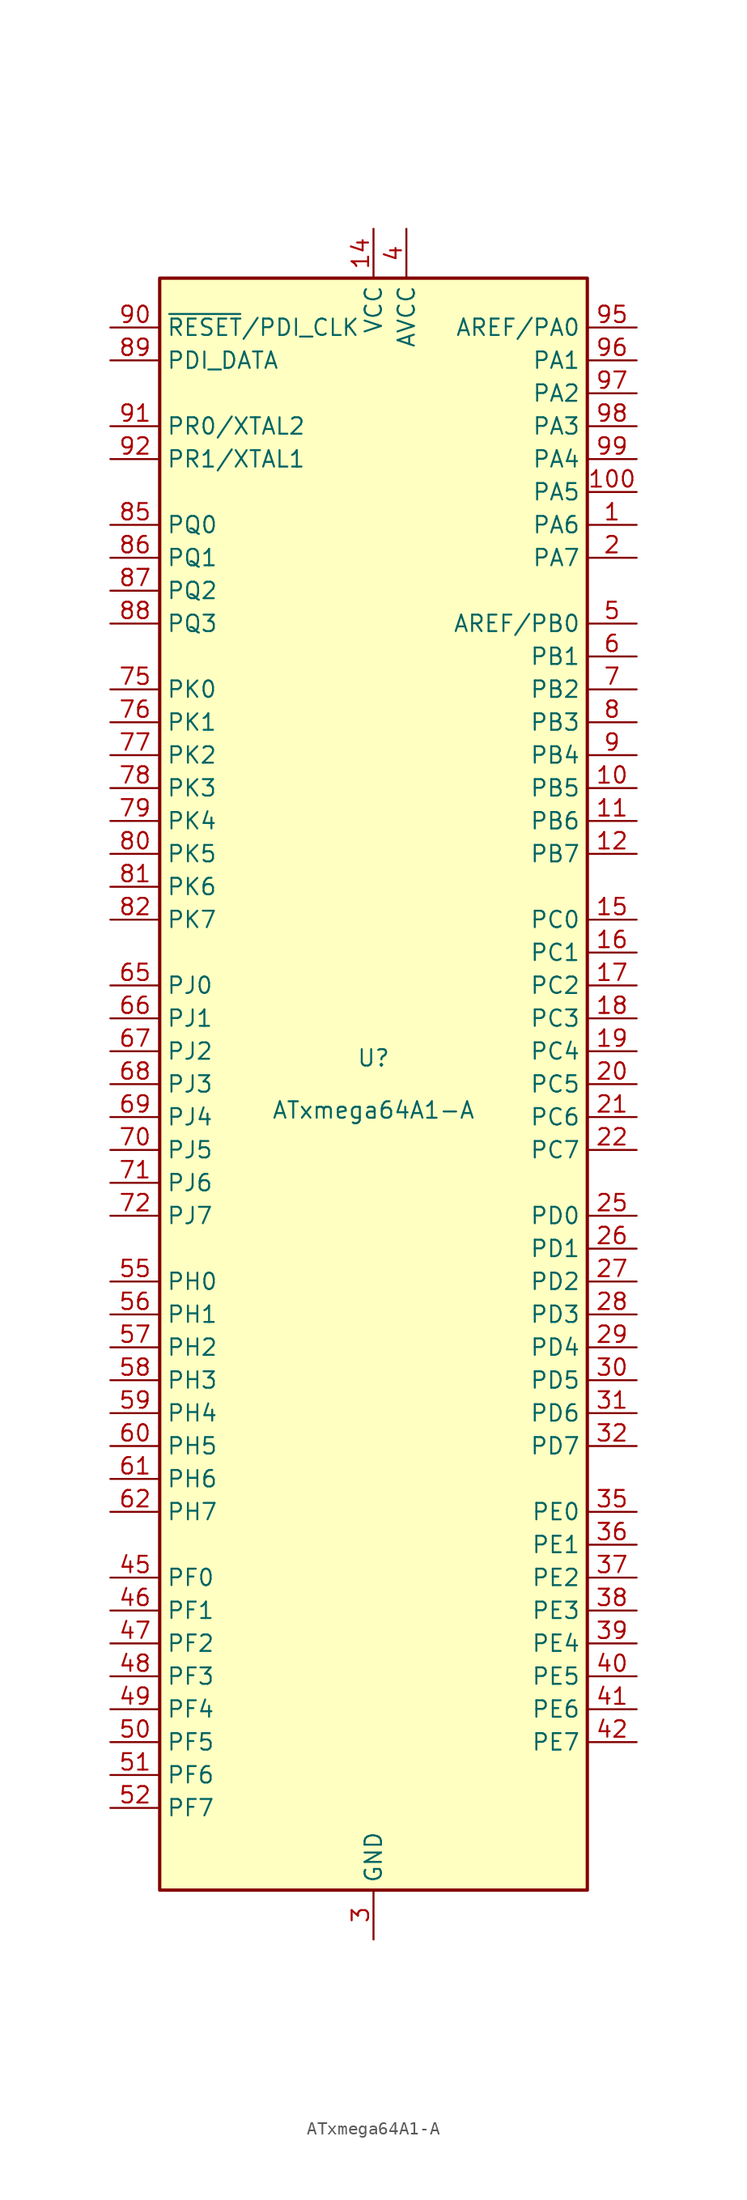
<source format=kicad_sym>
(kicad_symbol_lib
  (version 20211014)
  (generator kicad_symbol_editor)
  (symbol "ATxmega64A1-A"
    (property "Reference" "U"
      (at 0 1.27 0)
      (effects (font (size 1.27 1.27)) (justify bottom)))
    (property "Value" "ATxmega64A1-A"
      (at 0 -1.27 0)
      (effects (font (size 1.27 1.27)) (justify top)))
    (symbol "ATxmega64A1-A_0_1"
      (rectangle (start -16.51 -62.23) (end 16.51 62.23) (stroke (width 0.254) (type default) (color 0 0 0 0)) (fill (type background))))
    (symbol "ATxmega64A1-A_1_1"
      (pin bidirectional line (at 20.32 43.18 180) (length 3.81) (name "PA6" (effects (font (size 1.27 1.27)))) (number "1" (effects (font (size 1.27 1.27)))))
      (pin bidirectional line (at 20.32 22.86 180) (length 3.81) (name "PB5" (effects (font (size 1.27 1.27)))) (number "10" (effects (font (size 1.27 1.27)))))
      (pin bidirectional line (at 20.32 45.72 180) (length 3.81) (name "PA5" (effects (font (size 1.27 1.27)))) (number "100" (effects (font (size 1.27 1.27)))))
      (pin bidirectional line (at 20.32 20.32 180) (length 3.81) (name "PB6" (effects (font (size 1.27 1.27)))) (number "11" (effects (font (size 1.27 1.27)))))
      (pin bidirectional line (at 20.32 17.78 180) (length 3.81) (name "PB7" (effects (font (size 1.27 1.27)))) (number "12" (effects (font (size 1.27 1.27)))))
      (pin passive line (at 0 -66.04 90) (length 3.81) hide (name "GND" (effects (font (size 1.27 1.27)))) (number "13" (effects (font (size 1.27 1.27)))))
      (pin power_in line (at 0 66.04 270) (length 3.81) (name "VCC" (effects (font (size 1.27 1.27)))) (number "14" (effects (font (size 1.27 1.27)))))
      (pin bidirectional line (at 20.32 12.7 180) (length 3.81) (name "PC0" (effects (font (size 1.27 1.27)))) (number "15" (effects (font (size 1.27 1.27)))))
      (pin bidirectional line (at 20.32 10.16 180) (length 3.81) (name "PC1" (effects (font (size 1.27 1.27)))) (number "16" (effects (font (size 1.27 1.27)))))
      (pin bidirectional line (at 20.32 7.62 180) (length 3.81) (name "PC2" (effects (font (size 1.27 1.27)))) (number "17" (effects (font (size 1.27 1.27)))))
      (pin bidirectional line (at 20.32 5.08 180) (length 3.81) (name "PC3" (effects (font (size 1.27 1.27)))) (number "18" (effects (font (size 1.27 1.27)))))
      (pin bidirectional line (at 20.32 2.54 180) (length 3.81) (name "PC4" (effects (font (size 1.27 1.27)))) (number "19" (effects (font (size 1.27 1.27)))))
      (pin bidirectional line (at 20.32 40.64 180) (length 3.81) (name "PA7" (effects (font (size 1.27 1.27)))) (number "2" (effects (font (size 1.27 1.27)))))
      (pin bidirectional line (at 20.32 0 180) (length 3.81) (name "PC5" (effects (font (size 1.27 1.27)))) (number "20" (effects (font (size 1.27 1.27)))))
      (pin bidirectional line (at 20.32 -2.54 180) (length 3.81) (name "PC6" (effects (font (size 1.27 1.27)))) (number "21" (effects (font (size 1.27 1.27)))))
      (pin bidirectional line (at 20.32 -5.08 180) (length 3.81) (name "PC7" (effects (font (size 1.27 1.27)))) (number "22" (effects (font (size 1.27 1.27)))))
      (pin passive line (at 0 -66.04 90) (length 3.81) hide (name "GND" (effects (font (size 1.27 1.27)))) (number "23" (effects (font (size 1.27 1.27)))))
      (pin passive line (at 0 66.04 270) (length 3.81) hide (name "VCC" (effects (font (size 1.27 1.27)))) (number "24" (effects (font (size 1.27 1.27)))))
      (pin bidirectional line (at 20.32 -10.16 180) (length 3.81) (name "PD0" (effects (font (size 1.27 1.27)))) (number "25" (effects (font (size 1.27 1.27)))))
      (pin bidirectional line (at 20.32 -12.7 180) (length 3.81) (name "PD1" (effects (font (size 1.27 1.27)))) (number "26" (effects (font (size 1.27 1.27)))))
      (pin bidirectional line (at 20.32 -15.24 180) (length 3.81) (name "PD2" (effects (font (size 1.27 1.27)))) (number "27" (effects (font (size 1.27 1.27)))))
      (pin bidirectional line (at 20.32 -17.78 180) (length 3.81) (name "PD3" (effects (font (size 1.27 1.27)))) (number "28" (effects (font (size 1.27 1.27)))))
      (pin bidirectional line (at 20.32 -20.32 180) (length 3.81) (name "PD4" (effects (font (size 1.27 1.27)))) (number "29" (effects (font (size 1.27 1.27)))))
      (pin power_in line (at 0 -66.04 90) (length 3.81) (name "GND" (effects (font (size 1.27 1.27)))) (number "3" (effects (font (size 1.27 1.27)))))
      (pin bidirectional line (at 20.32 -22.86 180) (length 3.81) (name "PD5" (effects (font (size 1.27 1.27)))) (number "30" (effects (font (size 1.27 1.27)))))
      (pin bidirectional line (at 20.32 -25.4 180) (length 3.81) (name "PD6" (effects (font (size 1.27 1.27)))) (number "31" (effects (font (size 1.27 1.27)))))
      (pin bidirectional line (at 20.32 -27.94 180) (length 3.81) (name "PD7" (effects (font (size 1.27 1.27)))) (number "32" (effects (font (size 1.27 1.27)))))
      (pin passive line (at 0 -66.04 90) (length 3.81) hide (name "GND" (effects (font (size 1.27 1.27)))) (number "33" (effects (font (size 1.27 1.27)))))
      (pin passive line (at 0 66.04 270) (length 3.81) hide (name "VCC" (effects (font (size 1.27 1.27)))) (number "34" (effects (font (size 1.27 1.27)))))
      (pin bidirectional line (at 20.32 -33.02 180) (length 3.81) (name "PE0" (effects (font (size 1.27 1.27)))) (number "35" (effects (font (size 1.27 1.27)))))
      (pin bidirectional line (at 20.32 -35.56 180) (length 3.81) (name "PE1" (effects (font (size 1.27 1.27)))) (number "36" (effects (font (size 1.27 1.27)))))
      (pin bidirectional line (at 20.32 -38.1 180) (length 3.81) (name "PE2" (effects (font (size 1.27 1.27)))) (number "37" (effects (font (size 1.27 1.27)))))
      (pin bidirectional line (at 20.32 -40.64 180) (length 3.81) (name "PE3" (effects (font (size 1.27 1.27)))) (number "38" (effects (font (size 1.27 1.27)))))
      (pin bidirectional line (at 20.32 -43.18 180) (length 3.81) (name "PE4" (effects (font (size 1.27 1.27)))) (number "39" (effects (font (size 1.27 1.27)))))
      (pin power_in line (at 2.54 66.04 270) (length 3.81) (name "AVCC" (effects (font (size 1.27 1.27)))) (number "4" (effects (font (size 1.27 1.27)))))
      (pin bidirectional line (at 20.32 -45.72 180) (length 3.81) (name "PE5" (effects (font (size 1.27 1.27)))) (number "40" (effects (font (size 1.27 1.27)))))
      (pin bidirectional line (at 20.32 -48.26 180) (length 3.81) (name "PE6" (effects (font (size 1.27 1.27)))) (number "41" (effects (font (size 1.27 1.27)))))
      (pin bidirectional line (at 20.32 -50.8 180) (length 3.81) (name "PE7" (effects (font (size 1.27 1.27)))) (number "42" (effects (font (size 1.27 1.27)))))
      (pin passive line (at 0 -66.04 90) (length 3.81) hide (name "GND" (effects (font (size 1.27 1.27)))) (number "43" (effects (font (size 1.27 1.27)))))
      (pin passive line (at 0 66.04 270) (length 3.81) hide (name "VCC" (effects (font (size 1.27 1.27)))) (number "44" (effects (font (size 1.27 1.27)))))
      (pin bidirectional line (at -20.32 -38.1 0) (length 3.81) (name "PF0" (effects (font (size 1.27 1.27)))) (number "45" (effects (font (size 1.27 1.27)))))
      (pin bidirectional line (at -20.32 -40.64 0) (length 3.81) (name "PF1" (effects (font (size 1.27 1.27)))) (number "46" (effects (font (size 1.27 1.27)))))
      (pin bidirectional line (at -20.32 -43.18 0) (length 3.81) (name "PF2" (effects (font (size 1.27 1.27)))) (number "47" (effects (font (size 1.27 1.27)))))
      (pin bidirectional line (at -20.32 -45.72 0) (length 3.81) (name "PF3" (effects (font (size 1.27 1.27)))) (number "48" (effects (font (size 1.27 1.27)))))
      (pin bidirectional line (at -20.32 -48.26 0) (length 3.81) (name "PF4" (effects (font (size 1.27 1.27)))) (number "49" (effects (font (size 1.27 1.27)))))
      (pin bidirectional line (at 20.32 35.56 180) (length 3.81) (name "AREF/PB0" (effects (font (size 1.27 1.27)))) (number "5" (effects (font (size 1.27 1.27)))))
      (pin bidirectional line (at -20.32 -50.8 0) (length 3.81) (name "PF5" (effects (font (size 1.27 1.27)))) (number "50" (effects (font (size 1.27 1.27)))))
      (pin bidirectional line (at -20.32 -53.34 0) (length 3.81) (name "PF6" (effects (font (size 1.27 1.27)))) (number "51" (effects (font (size 1.27 1.27)))))
      (pin bidirectional line (at -20.32 -55.88 0) (length 3.81) (name "PF7" (effects (font (size 1.27 1.27)))) (number "52" (effects (font (size 1.27 1.27)))))
      (pin passive line (at 0 -66.04 90) (length 3.81) hide (name "GND" (effects (font (size 1.27 1.27)))) (number "53" (effects (font (size 1.27 1.27)))))
      (pin passive line (at 0 66.04 270) (length 3.81) hide (name "VCC" (effects (font (size 1.27 1.27)))) (number "54" (effects (font (size 1.27 1.27)))))
      (pin bidirectional line (at -20.32 -15.24 0) (length 3.81) (name "PH0" (effects (font (size 1.27 1.27)))) (number "55" (effects (font (size 1.27 1.27)))))
      (pin bidirectional line (at -20.32 -17.78 0) (length 3.81) (name "PH1" (effects (font (size 1.27 1.27)))) (number "56" (effects (font (size 1.27 1.27)))))
      (pin bidirectional line (at -20.32 -20.32 0) (length 3.81) (name "PH2" (effects (font (size 1.27 1.27)))) (number "57" (effects (font (size 1.27 1.27)))))
      (pin bidirectional line (at -20.32 -22.86 0) (length 3.81) (name "PH3" (effects (font (size 1.27 1.27)))) (number "58" (effects (font (size 1.27 1.27)))))
      (pin bidirectional line (at -20.32 -25.4 0) (length 3.81) (name "PH4" (effects (font (size 1.27 1.27)))) (number "59" (effects (font (size 1.27 1.27)))))
      (pin bidirectional line (at 20.32 33.02 180) (length 3.81) (name "PB1" (effects (font (size 1.27 1.27)))) (number "6" (effects (font (size 1.27 1.27)))))
      (pin bidirectional line (at -20.32 -27.94 0) (length 3.81) (name "PH5" (effects (font (size 1.27 1.27)))) (number "60" (effects (font (size 1.27 1.27)))))
      (pin bidirectional line (at -20.32 -30.48 0) (length 3.81) (name "PH6" (effects (font (size 1.27 1.27)))) (number "61" (effects (font (size 1.27 1.27)))))
      (pin bidirectional line (at -20.32 -33.02 0) (length 3.81) (name "PH7" (effects (font (size 1.27 1.27)))) (number "62" (effects (font (size 1.27 1.27)))))
      (pin passive line (at 0 -66.04 90) (length 3.81) hide (name "GND" (effects (font (size 1.27 1.27)))) (number "63" (effects (font (size 1.27 1.27)))))
      (pin passive line (at 0 66.04 270) (length 3.81) hide (name "VCC" (effects (font (size 1.27 1.27)))) (number "64" (effects (font (size 1.27 1.27)))))
      (pin bidirectional line (at -20.32 7.62 0) (length 3.81) (name "PJ0" (effects (font (size 1.27 1.27)))) (number "65" (effects (font (size 1.27 1.27)))))
      (pin bidirectional line (at -20.32 5.08 0) (length 3.81) (name "PJ1" (effects (font (size 1.27 1.27)))) (number "66" (effects (font (size 1.27 1.27)))))
      (pin bidirectional line (at -20.32 2.54 0) (length 3.81) (name "PJ2" (effects (font (size 1.27 1.27)))) (number "67" (effects (font (size 1.27 1.27)))))
      (pin bidirectional line (at -20.32 0 0) (length 3.81) (name "PJ3" (effects (font (size 1.27 1.27)))) (number "68" (effects (font (size 1.27 1.27)))))
      (pin bidirectional line (at -20.32 -2.54 0) (length 3.81) (name "PJ4" (effects (font (size 1.27 1.27)))) (number "69" (effects (font (size 1.27 1.27)))))
      (pin bidirectional line (at 20.32 30.48 180) (length 3.81) (name "PB2" (effects (font (size 1.27 1.27)))) (number "7" (effects (font (size 1.27 1.27)))))
      (pin bidirectional line (at -20.32 -5.08 0) (length 3.81) (name "PJ5" (effects (font (size 1.27 1.27)))) (number "70" (effects (font (size 1.27 1.27)))))
      (pin bidirectional line (at -20.32 -7.62 0) (length 3.81) (name "PJ6" (effects (font (size 1.27 1.27)))) (number "71" (effects (font (size 1.27 1.27)))))
      (pin bidirectional line (at -20.32 -10.16 0) (length 3.81) (name "PJ7" (effects (font (size 1.27 1.27)))) (number "72" (effects (font (size 1.27 1.27)))))
      (pin passive line (at 0 -66.04 90) (length 3.81) hide (name "GND" (effects (font (size 1.27 1.27)))) (number "73" (effects (font (size 1.27 1.27)))))
      (pin passive line (at 0 66.04 270) (length 3.81) hide (name "VCC" (effects (font (size 1.27 1.27)))) (number "74" (effects (font (size 1.27 1.27)))))
      (pin bidirectional line (at -20.32 30.48 0) (length 3.81) (name "PK0" (effects (font (size 1.27 1.27)))) (number "75" (effects (font (size 1.27 1.27)))))
      (pin bidirectional line (at -20.32 27.94 0) (length 3.81) (name "PK1" (effects (font (size 1.27 1.27)))) (number "76" (effects (font (size 1.27 1.27)))))
      (pin bidirectional line (at -20.32 25.4 0) (length 3.81) (name "PK2" (effects (font (size 1.27 1.27)))) (number "77" (effects (font (size 1.27 1.27)))))
      (pin bidirectional line (at -20.32 22.86 0) (length 3.81) (name "PK3" (effects (font (size 1.27 1.27)))) (number "78" (effects (font (size 1.27 1.27)))))
      (pin bidirectional line (at -20.32 20.32 0) (length 3.81) (name "PK4" (effects (font (size 1.27 1.27)))) (number "79" (effects (font (size 1.27 1.27)))))
      (pin bidirectional line (at 20.32 27.94 180) (length 3.81) (name "PB3" (effects (font (size 1.27 1.27)))) (number "8" (effects (font (size 1.27 1.27)))))
      (pin bidirectional line (at -20.32 17.78 0) (length 3.81) (name "PK5" (effects (font (size 1.27 1.27)))) (number "80" (effects (font (size 1.27 1.27)))))
      (pin bidirectional line (at -20.32 15.24 0) (length 3.81) (name "PK6" (effects (font (size 1.27 1.27)))) (number "81" (effects (font (size 1.27 1.27)))))
      (pin bidirectional line (at -20.32 12.7 0) (length 3.81) (name "PK7" (effects (font (size 1.27 1.27)))) (number "82" (effects (font (size 1.27 1.27)))))
      (pin passive line (at 0 66.04 270) (length 3.81) hide (name "VCC" (effects (font (size 1.27 1.27)))) (number "83" (effects (font (size 1.27 1.27)))))
      (pin passive line (at 0 -66.04 90) (length 3.81) hide (name "GND" (effects (font (size 1.27 1.27)))) (number "84" (effects (font (size 1.27 1.27)))))
      (pin bidirectional line (at -20.32 43.18 0) (length 3.81) (name "PQ0" (effects (font (size 1.27 1.27)))) (number "85" (effects (font (size 1.27 1.27)))))
      (pin bidirectional line (at -20.32 40.64 0) (length 3.81) (name "PQ1" (effects (font (size 1.27 1.27)))) (number "86" (effects (font (size 1.27 1.27)))))
      (pin bidirectional line (at -20.32 38.1 0) (length 3.81) (name "PQ2" (effects (font (size 1.27 1.27)))) (number "87" (effects (font (size 1.27 1.27)))))
      (pin bidirectional line (at -20.32 35.56 0) (length 3.81) (name "PQ3" (effects (font (size 1.27 1.27)))) (number "88" (effects (font (size 1.27 1.27)))))
      (pin bidirectional line (at -20.32 55.88 0) (length 3.81) (name "PDI_DATA" (effects (font (size 1.27 1.27)))) (number "89" (effects (font (size 1.27 1.27)))))
      (pin bidirectional line (at 20.32 25.4 180) (length 3.81) (name "PB4" (effects (font (size 1.27 1.27)))) (number "9" (effects (font (size 1.27 1.27)))))
      (pin input line (at -20.32 58.42 0) (length 3.81) (name "~{RESET}/PDI_CLK" (effects (font (size 1.27 1.27)))) (number "90" (effects (font (size 1.27 1.27)))))
      (pin bidirectional line (at -20.32 50.8 0) (length 3.81) (name "PR0/XTAL2" (effects (font (size 1.27 1.27)))) (number "91" (effects (font (size 1.27 1.27)))))
      (pin bidirectional line (at -20.32 48.26 0) (length 3.81) (name "PR1/XTAL1" (effects (font (size 1.27 1.27)))) (number "92" (effects (font (size 1.27 1.27)))))
      (pin passive line (at 0 -66.04 90) (length 3.81) hide (name "GND" (effects (font (size 1.27 1.27)))) (number "93" (effects (font (size 1.27 1.27)))))
      (pin passive line (at 2.54 66.04 270) (length 3.81) hide (name "AVCC" (effects (font (size 1.27 1.27)))) (number "94" (effects (font (size 1.27 1.27)))))
      (pin bidirectional line (at 20.32 58.42 180) (length 3.81) (name "AREF/PA0" (effects (font (size 1.27 1.27)))) (number "95" (effects (font (size 1.27 1.27)))))
      (pin bidirectional line (at 20.32 55.88 180) (length 3.81) (name "PA1" (effects (font (size 1.27 1.27)))) (number "96" (effects (font (size 1.27 1.27)))))
      (pin bidirectional line (at 20.32 53.34 180) (length 3.81) (name "PA2" (effects (font (size 1.27 1.27)))) (number "97" (effects (font (size 1.27 1.27)))))
      (pin bidirectional line (at 20.32 50.8 180) (length 3.81) (name "PA3" (effects (font (size 1.27 1.27)))) (number "98" (effects (font (size 1.27 1.27)))))
      (pin bidirectional line (at 20.32 48.26 180) (length 3.81) (name "PA4" (effects (font (size 1.27 1.27)))) (number "99" (effects (font (size 1.27 1.27))))))))
</source>
